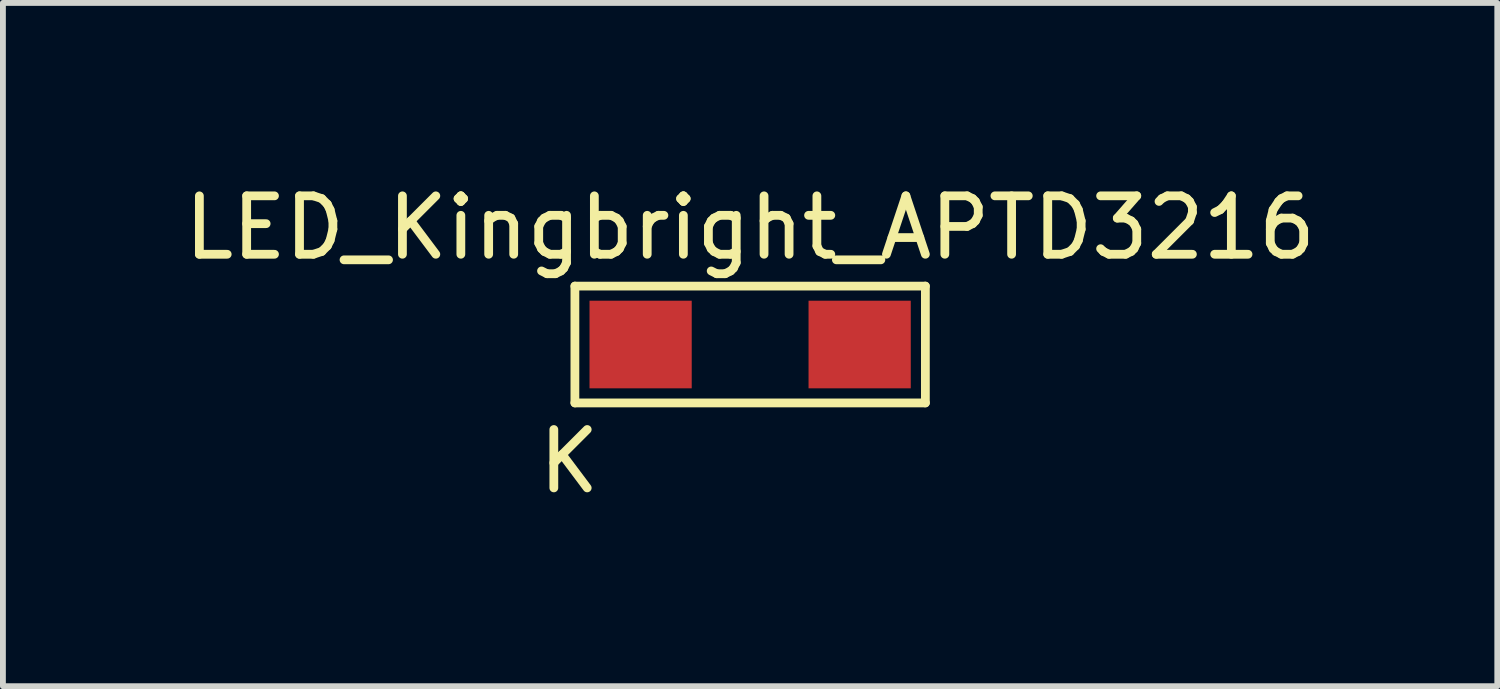
<source format=kicad_pcb>
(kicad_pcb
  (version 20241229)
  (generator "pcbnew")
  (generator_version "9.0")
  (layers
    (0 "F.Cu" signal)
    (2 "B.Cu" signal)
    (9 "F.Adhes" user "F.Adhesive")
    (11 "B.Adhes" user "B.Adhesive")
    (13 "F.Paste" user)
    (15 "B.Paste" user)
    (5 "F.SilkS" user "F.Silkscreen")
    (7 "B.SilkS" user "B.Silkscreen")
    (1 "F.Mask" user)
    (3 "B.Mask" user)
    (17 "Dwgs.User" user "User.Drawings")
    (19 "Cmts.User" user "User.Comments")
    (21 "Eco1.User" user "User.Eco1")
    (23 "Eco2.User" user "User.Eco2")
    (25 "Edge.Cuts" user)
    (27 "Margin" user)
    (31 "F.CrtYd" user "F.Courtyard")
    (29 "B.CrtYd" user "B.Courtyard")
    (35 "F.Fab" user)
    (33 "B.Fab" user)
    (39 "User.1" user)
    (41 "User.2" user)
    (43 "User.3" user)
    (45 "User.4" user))
  (footprint "LED_Kingbright_APTD3216"
    (layer "F.Cu")
    (at 9.792 2.848)
    (property "Reference" "LED_Kingbright_APTD3216" (at 0 -2 0) (layer "F.SilkS") (effects (font (size 1 1) (thickness 0.15))))
    (attr through_hole)
    (fp_line (start -3 -1) (end 3 -1) (stroke (width 0.15) (type solid)) (layer "F.SilkS"))
    (fp_line (start -3 1) (end -3 -1) (stroke (width 0.15) (type solid)) (layer "F.SilkS"))
    (fp_line (start 3 -1) (end 3 1) (stroke (width 0.15) (type solid)) (layer "F.SilkS"))
    (fp_line (start 3 1) (end -3 1) (stroke (width 0.15) (type solid)) (layer "F.SilkS"))
    (fp_text user "K" (at -2.5 2 0) (layer "F.SilkS") (effects (font (size 1 1) (thickness 0.15)) (justify right)))
    (pad "1" smd rect (at -1.875 0) (size 1.75 1.5) (layers "F.Cu" "F.Mask" "F.Paste"))
    (pad "2" smd rect (at 1.875 0) (size 1.75 1.5) (layers "F.Cu" "F.Mask" "F.Paste")))
  (gr_rect
    (start -3 -3)
    (end 22.583 8.697)
    (stroke (width 0.1) (type default))
    (fill no)
    (layer "Edge.Cuts")))
</source>
